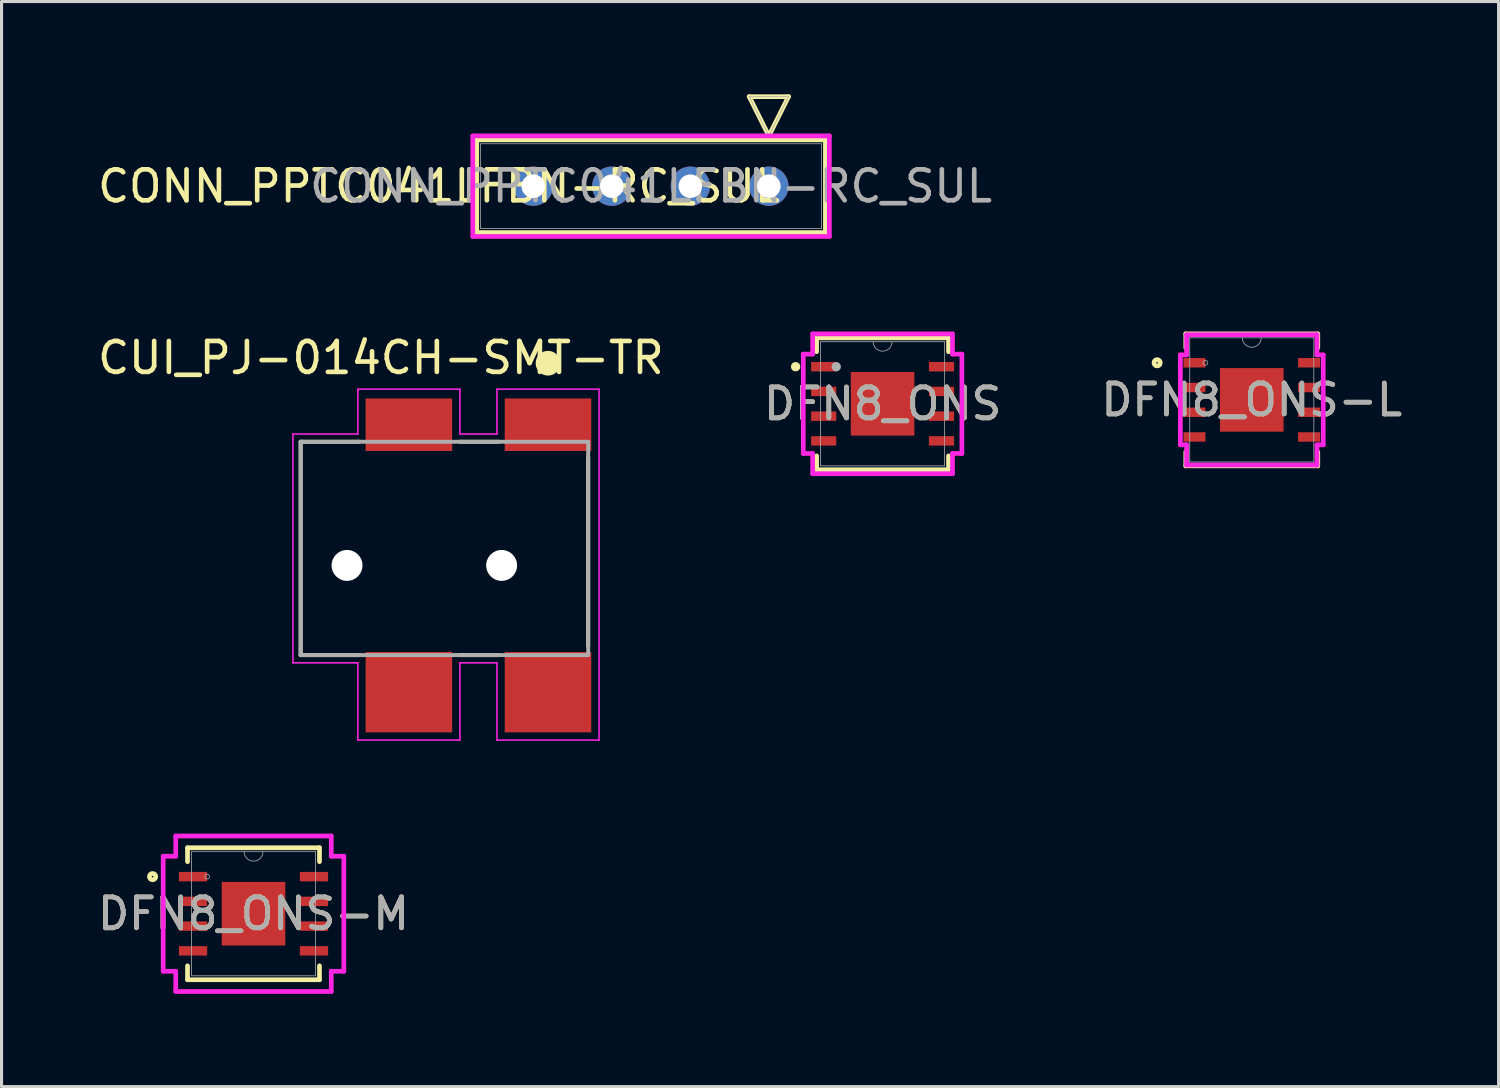
<source format=kicad_pcb>
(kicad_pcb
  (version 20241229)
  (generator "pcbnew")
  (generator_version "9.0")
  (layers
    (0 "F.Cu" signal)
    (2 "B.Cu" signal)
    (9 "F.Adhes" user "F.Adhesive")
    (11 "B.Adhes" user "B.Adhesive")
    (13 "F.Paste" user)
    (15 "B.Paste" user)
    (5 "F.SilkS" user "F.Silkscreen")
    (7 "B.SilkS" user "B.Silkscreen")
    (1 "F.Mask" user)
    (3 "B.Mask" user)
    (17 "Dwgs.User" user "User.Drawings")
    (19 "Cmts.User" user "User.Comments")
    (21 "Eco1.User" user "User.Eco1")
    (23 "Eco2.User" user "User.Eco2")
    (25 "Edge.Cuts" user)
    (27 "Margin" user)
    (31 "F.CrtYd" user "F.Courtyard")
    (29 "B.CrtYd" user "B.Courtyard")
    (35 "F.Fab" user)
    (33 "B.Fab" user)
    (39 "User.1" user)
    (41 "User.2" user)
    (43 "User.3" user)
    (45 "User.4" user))
  (footprint "DFN8_ONS-L"
    (layer "F.Cu")
    (at 37.436 9.883)
    (property "Reference" "DFN8_ONS-L" (at 0 0 0) (unlocked yes) (layer "F.SilkS") (effects (font (size 1 1) (thickness 0.15))))
    (attr smd)
    (fp_line (start -2.134 -2.134) (end -2.134 -1.685) (stroke (width 0.152) (type solid)) (layer "F.SilkS"))
    (fp_line (start -2.134 1.685) (end -2.134 2.134) (stroke (width 0.152) (type solid)) (layer "F.SilkS"))
    (fp_line (start -2.134 2.134) (end 2.134 2.134) (stroke (width 0.152) (type solid)) (layer "F.SilkS"))
    (fp_line (start 2.134 -2.134) (end -2.134 -2.134) (stroke (width 0.152) (type solid)) (layer "F.SilkS"))
    (fp_line (start 2.134 -1.685) (end 2.134 -2.134) (stroke (width 0.152) (type solid)) (layer "F.SilkS"))
    (fp_line (start 2.134 2.134) (end 2.134 1.685) (stroke (width 0.152) (type solid)) (layer "F.SilkS"))
    (fp_circle (center -3.061 -1.2) (end -2.959 -1.2) (stroke (width 0.152) (type solid)) (fill no) (layer "F.SilkS"))
    (fp_line (start -2.311 -1.454) (end -2.108 -1.454) (stroke (width 0.152) (type solid)) (layer "F.CrtYd"))
    (fp_line (start -2.311 1.454) (end -2.311 -1.454) (stroke (width 0.152) (type solid)) (layer "F.CrtYd"))
    (fp_line (start -2.311 1.454) (end -2.108 1.454) (stroke (width 0.152) (type solid)) (layer "F.CrtYd"))
    (fp_line (start -2.108 -2.108) (end 2.108 -2.108) (stroke (width 0.152) (type solid)) (layer "F.CrtYd"))
    (fp_line (start -2.108 -1.454) (end -2.108 -2.108) (stroke (width 0.152) (type solid)) (layer "F.CrtYd"))
    (fp_line (start -2.108 2.108) (end -2.108 1.454) (stroke (width 0.152) (type solid)) (layer "F.CrtYd"))
    (fp_line (start 2.108 -2.108) (end 2.108 -1.454) (stroke (width 0.152) (type solid)) (layer "F.CrtYd"))
    (fp_line (start 2.108 1.454) (end 2.108 2.108) (stroke (width 0.152) (type solid)) (layer "F.CrtYd"))
    (fp_line (start 2.108 2.108) (end -2.108 2.108) (stroke (width 0.152) (type solid)) (layer "F.CrtYd"))
    (fp_line (start 2.311 -1.454) (end 2.108 -1.454) (stroke (width 0.152) (type solid)) (layer "F.CrtYd"))
    (fp_line (start 2.311 -1.454) (end 2.311 1.454) (stroke (width 0.152) (type solid)) (layer "F.CrtYd"))
    (fp_line (start 2.311 1.454) (end 2.108 1.454) (stroke (width 0.152) (type solid)) (layer "F.CrtYd"))
    (fp_line (start -2.007 -2.007) (end -2.007 2.007) (stroke (width 0.025) (type solid)) (layer "F.Fab"))
    (fp_line (start -2.007 2.007) (end 2.007 2.007) (stroke (width 0.025) (type solid)) (layer "F.Fab"))
    (fp_line (start 2.007 -2.007) (end -2.007 -2.007) (stroke (width 0.025) (type solid)) (layer "F.Fab"))
    (fp_line (start 2.007 2.007) (end 2.007 -2.007) (stroke (width 0.025) (type solid)) (layer "F.Fab"))
    (fp_arc (start 0.3048 -2.0066) (mid 0 -1.7018) (end -0.3048 -2.0066) (stroke (width 0.0254) (type solid)) (layer "F.Fab"))
    (fp_circle (center -1.499 -1.2) (end -1.422 -1.2) (stroke (width 0.025) (type solid)) (fill no) (layer "F.Fab"))
    (fp_text user "${REFERENCE}" (at 0 0 0) (unlocked yes) (layer "F.Fab") (effects (font (size 1 1) (thickness 0.15))))
    (pad "1" smd rect (at -1.854 -1.2) (size 0.711 0.305) (layers "F.Cu" "F.Mask" "F.Paste"))
    (pad "2" smd rect (at -1.854 -0.4) (size 0.711 0.305) (layers "F.Cu" "F.Mask" "F.Paste"))
    (pad "3" smd rect (at -1.854 0.4) (size 0.711 0.305) (layers "F.Cu" "F.Mask" "F.Paste"))
    (pad "4" smd rect (at -1.854 1.2) (size 0.711 0.305) (layers "F.Cu" "F.Mask" "F.Paste"))
    (pad "5" smd rect (at 1.854 1.2) (size 0.711 0.305) (layers "F.Cu" "F.Mask" "F.Paste"))
    (pad "6" smd rect (at 1.854 0.4) (size 0.711 0.305) (layers "F.Cu" "F.Mask" "F.Paste"))
    (pad "7" smd rect (at 1.854 -0.4) (size 0.711 0.305) (layers "F.Cu" "F.Mask" "F.Paste"))
    (pad "8" smd rect (at 1.854 -1.2) (size 0.711 0.305) (layers "F.Cu" "F.Mask" "F.Paste"))
    (pad "9" smd rect (at 0 0) (size 2.057 2.057) (layers "F.Cu" "F.Mask" "F.Paste")))
  (footprint "CONN_PPTC041LFBN-RC_SUL"
    (layer "F.Cu")
    (at 21.817 2.972)
    (property "Reference" "CONN_PPTC041LFBN-RC_SUL" (at -10.668 0 0) (unlocked yes) (layer "F.SilkS") (effects (font (size 1 1) (thickness 0.15))))
    (attr through_hole)
    (fp_line (start -9.449 -1.499) (end -9.449 1.499) (stroke (width 0.152) (type solid)) (layer "F.SilkS"))
    (fp_line (start -9.449 1.499) (end 1.829 1.499) (stroke (width 0.152) (type solid)) (layer "F.SilkS"))
    (fp_line (start -0.635 -2.896) (end 0.635 -2.896) (stroke (width 0.152) (type solid)) (layer "F.SilkS"))
    (fp_line (start 0 -1.626) (end -0.635 -2.896) (stroke (width 0.152) (type solid)) (layer "F.SilkS"))
    (fp_line (start 0.635 -2.896) (end 0 -1.626) (stroke (width 0.152) (type solid)) (layer "F.SilkS"))
    (fp_line (start 1.829 -1.499) (end -9.449 -1.499) (stroke (width 0.152) (type solid)) (layer "F.SilkS"))
    (fp_line (start 1.829 1.499) (end 1.829 -1.499) (stroke (width 0.152) (type solid)) (layer "F.SilkS"))
    (fp_line (start -9.576 -1.626) (end -9.576 1.626) (stroke (width 0.152) (type solid)) (layer "F.CrtYd"))
    (fp_line (start -9.576 1.626) (end 1.956 1.626) (stroke (width 0.152) (type solid)) (layer "F.CrtYd"))
    (fp_line (start 1.956 -1.626) (end -9.576 -1.626) (stroke (width 0.152) (type solid)) (layer "F.CrtYd"))
    (fp_line (start 1.956 1.626) (end 1.956 -1.626) (stroke (width 0.152) (type solid)) (layer "F.CrtYd"))
    (fp_line (start -9.322 -1.372) (end -9.322 1.372) (stroke (width 0.025) (type solid)) (layer "F.Fab"))
    (fp_line (start -9.322 1.372) (end 1.702 1.372) (stroke (width 0.025) (type solid)) (layer "F.Fab"))
    (fp_line (start -0.635 -2.896) (end 0.635 -2.896) (stroke (width 0.025) (type solid)) (layer "F.Fab"))
    (fp_line (start 0 -1.626) (end -0.635 -2.896) (stroke (width 0.025) (type solid)) (layer "F.Fab"))
    (fp_line (start 0.635 -2.896) (end 0 -1.626) (stroke (width 0.025) (type solid)) (layer "F.Fab"))
    (fp_line (start 1.702 -1.372) (end -9.322 -1.372) (stroke (width 0.025) (type solid)) (layer "F.Fab"))
    (fp_line (start 1.702 1.372) (end 1.702 -1.372) (stroke (width 0.025) (type solid)) (layer "F.Fab"))
    (fp_text user "${REFERENCE}" (at -3.81 0 0) (unlocked yes) (layer "F.Fab") (effects (font (size 1 1) (thickness 0.15))))
    (pad "1" thru_hole circle (at 0 0) (size 1.27 1.27) (drill 0.762) (layers "*.Cu" "*.Mask"))
    (pad "2" thru_hole circle (at -2.54 0) (size 1.27 1.27) (drill 0.762) (layers "*.Cu" "*.Mask"))
    (pad "3" thru_hole circle (at -5.08 0) (size 1.27 1.27) (drill 0.762) (layers "*.Cu" "*.Mask"))
    (pad "4" thru_hole circle (at -7.62 0) (size 1.27 1.27) (drill 0.762) (layers "*.Cu" "*.Mask")))
  (footprint "DFN8_ONS"
    (layer "F.Cu")
    (at 25.495 10.01)
    (property "Reference" "DFN8_ONS" (at 0 0 0) (unlocked yes) (layer "F.SilkS") (effects (font (size 1 1) (thickness 0.15))))
    (attr smd)
    (fp_line (start -2.134 -2.134) (end -2.134 -1.685) (stroke (width 0.152) (type solid)) (layer "F.SilkS"))
    (fp_line (start -2.134 1.685) (end -2.134 2.134) (stroke (width 0.152) (type solid)) (layer "F.SilkS"))
    (fp_line (start -2.134 2.134) (end 2.134 2.134) (stroke (width 0.152) (type solid)) (layer "F.SilkS"))
    (fp_line (start 2.134 -2.134) (end -2.134 -2.134) (stroke (width 0.152) (type solid)) (layer "F.SilkS"))
    (fp_line (start 2.134 -1.685) (end 2.134 -2.134) (stroke (width 0.152) (type solid)) (layer "F.SilkS"))
    (fp_line (start 2.134 2.134) (end 2.134 1.685) (stroke (width 0.152) (type solid)) (layer "F.SilkS"))
    (fp_circle (center -2.813 -1.2) (end -2.737 -1.2) (stroke (width 0.152) (type solid)) (fill no) (layer "F.SilkS"))
    (fp_line (start -2.565 -1.606) (end -2.261 -1.606) (stroke (width 0.152) (type solid)) (layer "F.CrtYd"))
    (fp_line (start -2.565 1.606) (end -2.565 -1.606) (stroke (width 0.152) (type solid)) (layer "F.CrtYd"))
    (fp_line (start -2.565 1.606) (end -2.261 1.606) (stroke (width 0.152) (type solid)) (layer "F.CrtYd"))
    (fp_line (start -2.261 -2.261) (end 2.261 -2.261) (stroke (width 0.152) (type solid)) (layer "F.CrtYd"))
    (fp_line (start -2.261 -1.606) (end -2.261 -2.261) (stroke (width 0.152) (type solid)) (layer "F.CrtYd"))
    (fp_line (start -2.261 2.261) (end -2.261 1.606) (stroke (width 0.152) (type solid)) (layer "F.CrtYd"))
    (fp_line (start 2.261 -2.261) (end 2.261 -1.606) (stroke (width 0.152) (type solid)) (layer "F.CrtYd"))
    (fp_line (start 2.261 1.606) (end 2.261 2.261) (stroke (width 0.152) (type solid)) (layer "F.CrtYd"))
    (fp_line (start 2.261 2.261) (end -2.261 2.261) (stroke (width 0.152) (type solid)) (layer "F.CrtYd"))
    (fp_line (start 2.565 -1.606) (end 2.261 -1.606) (stroke (width 0.152) (type solid)) (layer "F.CrtYd"))
    (fp_line (start 2.565 -1.606) (end 2.565 1.606) (stroke (width 0.152) (type solid)) (layer "F.CrtYd"))
    (fp_line (start 2.565 1.606) (end 2.261 1.606) (stroke (width 0.152) (type solid)) (layer "F.CrtYd"))
    (fp_line (start -2.007 -2.007) (end -2.007 2.007) (stroke (width 0.025) (type solid)) (layer "F.Fab"))
    (fp_line (start -2.007 2.007) (end 2.007 2.007) (stroke (width 0.025) (type solid)) (layer "F.Fab"))
    (fp_line (start 2.007 -2.007) (end -2.007 -2.007) (stroke (width 0.025) (type solid)) (layer "F.Fab"))
    (fp_line (start 2.007 2.007) (end 2.007 -2.007) (stroke (width 0.025) (type solid)) (layer "F.Fab"))
    (fp_arc (start 0.3048 -2.0066) (mid 0 -1.7018) (end -0.3048 -2.0066) (stroke (width 0.0254) (type solid)) (layer "F.Fab"))
    (fp_circle (center -1.499 -1.2) (end -1.499 -1.2) (stroke (width 0.152) (type solid)) (fill no) (layer "F.Fab"))
    (fp_text user "${REFERENCE}" (at 0 0 0) (unlocked yes) (layer "F.Fab") (effects (font (size 1 1) (thickness 0.15))))
    (pad "1" smd rect (at -1.905 -1.2) (size 0.813 0.305) (layers "F.Cu" "F.Mask" "F.Paste"))
    (pad "2" smd rect (at -1.905 -0.4) (size 0.813 0.305) (layers "F.Cu" "F.Mask" "F.Paste"))
    (pad "3" smd rect (at -1.905 0.4) (size 0.813 0.305) (layers "F.Cu" "F.Mask" "F.Paste"))
    (pad "4" smd rect (at -1.905 1.2) (size 0.813 0.305) (layers "F.Cu" "F.Mask" "F.Paste"))
    (pad "5" smd rect (at 1.905 1.2) (size 0.813 0.305) (layers "F.Cu" "F.Mask" "F.Paste"))
    (pad "6" smd rect (at 1.905 0.4) (size 0.813 0.305) (layers "F.Cu" "F.Mask" "F.Paste"))
    (pad "7" smd rect (at 1.905 -0.4) (size 0.813 0.305) (layers "F.Cu" "F.Mask" "F.Paste"))
    (pad "8" smd rect (at 1.905 -1.2) (size 0.813 0.305) (layers "F.Cu" "F.Mask" "F.Paste"))
    (pad "9" smd rect (at 0 0) (size 2.057 2.057) (layers "F.Cu" "F.Mask" "F.Paste")))
  (footprint "DFN8_ONS-M"
    (layer "F.Cu")
    (at 5.149 26.503)
    (property "Reference" "DFN8_ONS-M" (at 0 0 0) (unlocked yes) (layer "F.SilkS") (effects (font (size 1 1) (thickness 0.15))))
    (attr smd)
    (fp_line (start -2.134 -2.134) (end -2.134 -1.685) (stroke (width 0.152) (type solid)) (layer "F.SilkS"))
    (fp_line (start -2.134 1.685) (end -2.134 2.134) (stroke (width 0.152) (type solid)) (layer "F.SilkS"))
    (fp_line (start -2.134 2.134) (end 2.134 2.134) (stroke (width 0.152) (type solid)) (layer "F.SilkS"))
    (fp_line (start 2.134 -2.134) (end -2.134 -2.134) (stroke (width 0.152) (type solid)) (layer "F.SilkS"))
    (fp_line (start 2.134 -1.685) (end 2.134 -2.134) (stroke (width 0.152) (type solid)) (layer "F.SilkS"))
    (fp_line (start 2.134 2.134) (end 2.134 1.685) (stroke (width 0.152) (type solid)) (layer "F.SilkS"))
    (fp_circle (center -3.264 -1.2) (end -3.162 -1.2) (stroke (width 0.152) (type solid)) (fill no) (layer "F.SilkS"))
    (fp_line (start -2.921 -1.86) (end -2.515 -1.86) (stroke (width 0.152) (type solid)) (layer "F.CrtYd"))
    (fp_line (start -2.921 1.86) (end -2.921 -1.86) (stroke (width 0.152) (type solid)) (layer "F.CrtYd"))
    (fp_line (start -2.921 1.86) (end -2.515 1.86) (stroke (width 0.152) (type solid)) (layer "F.CrtYd"))
    (fp_line (start -2.515 -2.515) (end 2.515 -2.515) (stroke (width 0.152) (type solid)) (layer "F.CrtYd"))
    (fp_line (start -2.515 -1.86) (end -2.515 -2.515) (stroke (width 0.152) (type solid)) (layer "F.CrtYd"))
    (fp_line (start -2.515 2.515) (end -2.515 1.86) (stroke (width 0.152) (type solid)) (layer "F.CrtYd"))
    (fp_line (start 2.515 -2.515) (end 2.515 -1.86) (stroke (width 0.152) (type solid)) (layer "F.CrtYd"))
    (fp_line (start 2.515 1.86) (end 2.515 2.515) (stroke (width 0.152) (type solid)) (layer "F.CrtYd"))
    (fp_line (start 2.515 2.515) (end -2.515 2.515) (stroke (width 0.152) (type solid)) (layer "F.CrtYd"))
    (fp_line (start 2.921 -1.86) (end 2.515 -1.86) (stroke (width 0.152) (type solid)) (layer "F.CrtYd"))
    (fp_line (start 2.921 -1.86) (end 2.921 1.86) (stroke (width 0.152) (type solid)) (layer "F.CrtYd"))
    (fp_line (start 2.921 1.86) (end 2.515 1.86) (stroke (width 0.152) (type solid)) (layer "F.CrtYd"))
    (fp_line (start -2.007 -2.007) (end -2.007 2.007) (stroke (width 0.025) (type solid)) (layer "F.Fab"))
    (fp_line (start -2.007 2.007) (end 2.007 2.007) (stroke (width 0.025) (type solid)) (layer "F.Fab"))
    (fp_line (start 2.007 -2.007) (end -2.007 -2.007) (stroke (width 0.025) (type solid)) (layer "F.Fab"))
    (fp_line (start 2.007 2.007) (end 2.007 -2.007) (stroke (width 0.025) (type solid)) (layer "F.Fab"))
    (fp_arc (start 0.3048 -2.0066) (mid 0 -1.7018) (end -0.3048 -2.0066) (stroke (width 0.0254) (type solid)) (layer "F.Fab"))
    (fp_circle (center -1.499 -1.2) (end -1.422 -1.2) (stroke (width 0.025) (type solid)) (fill no) (layer "F.Fab"))
    (fp_text user "${REFERENCE}" (at 0 0 0) (unlocked yes) (layer "F.Fab") (effects (font (size 1 1) (thickness 0.15))))
    (pad "1" smd rect (at -1.956 -1.2) (size 0.914 0.305) (layers "F.Cu" "F.Mask" "F.Paste"))
    (pad "2" smd rect (at -1.956 -0.4) (size 0.914 0.305) (layers "F.Cu" "F.Mask" "F.Paste"))
    (pad "3" smd rect (at -1.956 0.4) (size 0.914 0.305) (layers "F.Cu" "F.Mask" "F.Paste"))
    (pad "4" smd rect (at -1.956 1.2) (size 0.914 0.305) (layers "F.Cu" "F.Mask" "F.Paste"))
    (pad "5" smd rect (at 1.956 1.2) (size 0.914 0.305) (layers "F.Cu" "F.Mask" "F.Paste"))
    (pad "6" smd rect (at 1.956 0.4) (size 0.914 0.305) (layers "F.Cu" "F.Mask" "F.Paste"))
    (pad "7" smd rect (at 1.956 -0.4) (size 0.914 0.305) (layers "F.Cu" "F.Mask" "F.Paste"))
    (pad "8" smd rect (at 1.956 -1.2) (size 0.914 0.305) (layers "F.Cu" "F.Mask" "F.Paste"))
    (pad "9" smd rect (at 0 0) (size 2.057 2.057) (layers "F.Cu" "F.Mask" "F.Paste")))
  (footprint "CUI_PJ-014CH-SMT-TR"
    (layer "F.Cu")
    (at 14.674 10.687)
    (property "Reference" "CUI_PJ-014CH-SMT-TR" (at -5.405 -2.165 0) (layer "F.SilkS") (effects (font (size 1 1) (thickness 0.15))))
    (attr smd)
    (fp_line (start -8 0.55) (end -8 7.45) (stroke (width 0.127) (type solid)) (layer "F.SilkS"))
    (fp_line (start -8 7.45) (end -6.1 7.45) (stroke (width 0.127) (type solid)) (layer "F.SilkS"))
    (fp_line (start -6.1 0.55) (end -8 0.55) (stroke (width 0.127) (type solid)) (layer "F.SilkS"))
    (fp_line (start -2.85 7.45) (end -1.6 7.45) (stroke (width 0.127) (type solid)) (layer "F.SilkS"))
    (fp_line (start -1.6 0.55) (end -2.85 0.55) (stroke (width 0.127) (type solid)) (layer "F.SilkS"))
    (fp_line (start 1.3 7.15) (end 1.3 1.05) (stroke (width 0.127) (type solid)) (layer "F.SilkS"))
    (fp_circle (center 0 -1.99) (end 0.2 -1.99) (stroke (width 0.4) (type solid)) (fill no) (layer "F.SilkS"))
    (fp_line (start -8.25 0.3) (end -6.15 0.3) (stroke (width 0.05) (type solid)) (layer "F.CrtYd"))
    (fp_line (start -8.25 7.7) (end -8.25 0.3) (stroke (width 0.05) (type solid)) (layer "F.CrtYd"))
    (fp_line (start -6.15 -1.15) (end -2.85 -1.15) (stroke (width 0.05) (type solid)) (layer "F.CrtYd"))
    (fp_line (start -6.15 0.3) (end -6.15 -1.15) (stroke (width 0.05) (type solid)) (layer "F.CrtYd"))
    (fp_line (start -6.15 7.7) (end -8.25 7.7) (stroke (width 0.05) (type solid)) (layer "F.CrtYd"))
    (fp_line (start -6.15 10.2) (end -6.15 7.7) (stroke (width 0.05) (type solid)) (layer "F.CrtYd"))
    (fp_line (start -2.85 -1.15) (end -2.85 0.3) (stroke (width 0.05) (type solid)) (layer "F.CrtYd"))
    (fp_line (start -2.85 0.3) (end -1.65 0.3) (stroke (width 0.05) (type solid)) (layer "F.CrtYd"))
    (fp_line (start -2.85 7.7) (end -2.85 10.2) (stroke (width 0.05) (type solid)) (layer "F.CrtYd"))
    (fp_line (start -2.85 10.2) (end -6.15 10.2) (stroke (width 0.05) (type solid)) (layer "F.CrtYd"))
    (fp_line (start -1.65 -1.15) (end 1.65 -1.15) (stroke (width 0.05) (type solid)) (layer "F.CrtYd"))
    (fp_line (start -1.65 0.3) (end -1.65 -1.15) (stroke (width 0.05) (type solid)) (layer "F.CrtYd"))
    (fp_line (start -1.65 7.7) (end -2.85 7.7) (stroke (width 0.05) (type solid)) (layer "F.CrtYd"))
    (fp_line (start -1.65 10.2) (end -1.65 7.7) (stroke (width 0.05) (type solid)) (layer "F.CrtYd"))
    (fp_line (start 1.65 -1.15) (end 1.65 10.2) (stroke (width 0.05) (type solid)) (layer "F.CrtYd"))
    (fp_line (start 1.65 10.2) (end -1.65 10.2) (stroke (width 0.05) (type solid)) (layer "F.CrtYd"))
    (fp_line (start -8 0.55) (end -8 7.45) (stroke (width 0.127) (type solid)) (layer "F.Fab"))
    (fp_line (start -8 7.45) (end 1.3 7.45) (stroke (width 0.127) (type solid)) (layer "F.Fab"))
    (fp_line (start 1.3 0.55) (end -8 0.55) (stroke (width 0.127) (type solid)) (layer "F.Fab"))
    (fp_line (start 1.3 7.45) (end 1.3 0.55) (stroke (width 0.127) (type solid)) (layer "F.Fab"))
    (pad "" np_thru_hole circle (at -6.5 4.55) (size 1 1) (drill 1) (layers "*.Cu" "*.Mask"))
    (pad "" np_thru_hole circle (at -1.5 4.55) (size 1 1) (drill 1) (layers "*.Cu" "*.Mask"))
    (pad "1A" smd rect (at 0 0) (size 2.8 1.7) (layers "F.Cu" "F.Mask" "F.Paste"))
    (pad "1B" smd rect (at -4.5 0) (size 2.8 1.7) (layers "F.Cu" "F.Mask" "F.Paste"))
    (pad "2" smd rect (at -4.5 8.65) (size 2.8 2.6) (layers "F.Cu" "F.Mask" "F.Paste"))
    (pad "3" smd rect (at 0 8.65) (size 2.8 2.6) (layers "F.Cu" "F.Mask" "F.Paste")))
  (gr_rect
    (start -3 -3)
    (end 45.418 32.094)
    (stroke (width 0.1) (type default))
    (fill no)
    (layer "Edge.Cuts")))
</source>
